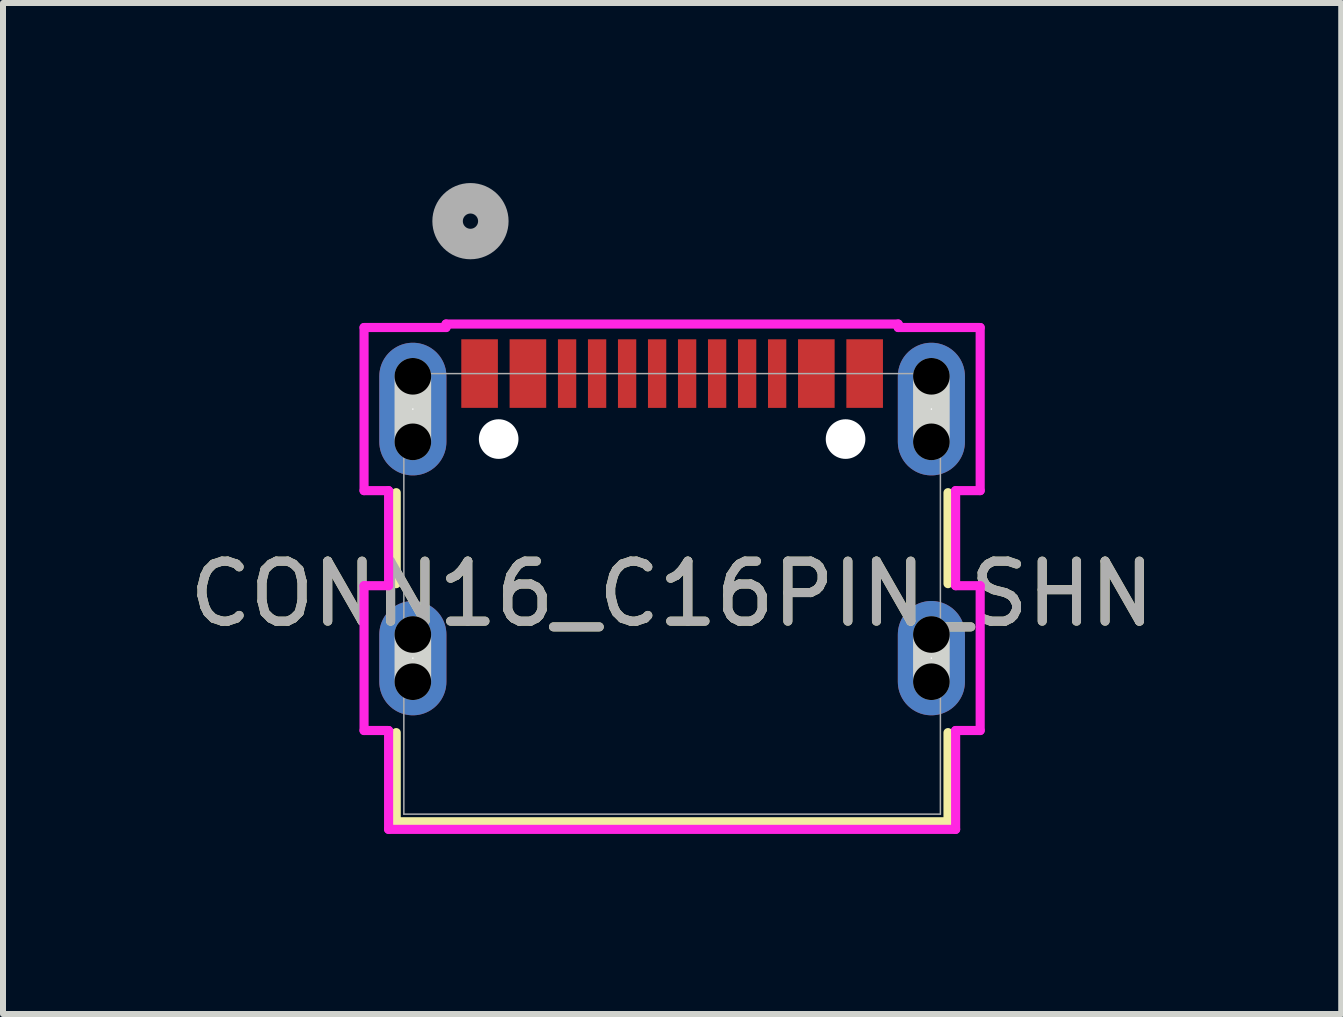
<source format=kicad_pcb>
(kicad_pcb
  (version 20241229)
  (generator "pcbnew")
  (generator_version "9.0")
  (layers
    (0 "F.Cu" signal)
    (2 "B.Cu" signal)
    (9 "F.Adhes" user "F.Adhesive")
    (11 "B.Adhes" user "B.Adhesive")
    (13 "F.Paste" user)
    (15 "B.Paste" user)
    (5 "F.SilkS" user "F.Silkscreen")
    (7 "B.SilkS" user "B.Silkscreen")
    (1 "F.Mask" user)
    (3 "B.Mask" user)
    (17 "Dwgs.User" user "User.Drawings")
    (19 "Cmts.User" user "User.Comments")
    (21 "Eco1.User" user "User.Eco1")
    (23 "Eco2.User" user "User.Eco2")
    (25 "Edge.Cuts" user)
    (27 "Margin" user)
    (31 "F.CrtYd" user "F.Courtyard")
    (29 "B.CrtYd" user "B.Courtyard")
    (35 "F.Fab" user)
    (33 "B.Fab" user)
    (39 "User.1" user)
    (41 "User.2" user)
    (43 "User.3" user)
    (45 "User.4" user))
  (footprint "CONN16_C16PIN_SHN"
    (layer "F.Cu")
    (at 8.149 6.845)
    (property "Reference" "CONN16_C16PIN_SHN" (at 0 0 0) (unlocked yes) (layer "F.SilkS") (effects (font (size 1 1) (thickness 0.15))))
    (attr smd)
    (fp_poly (pts (xy -3.513 -3.099) (xy -3.513 -4.242) (xy -2.903 -4.242) (xy -2.903 -3.099)) (stroke (width 0) (type solid)) (fill yes) (layer "F.Cu"))
    (fp_poly (pts (xy -2.708 -4.242) (xy -2.098 -4.242) (xy -2.098 -3.099) (xy -2.708 -3.099)) (stroke (width 0) (type solid)) (fill yes) (layer "F.Cu"))
    (fp_poly (pts (xy 2.708 -4.242) (xy 2.708 -3.099) (xy 2.098 -3.099) (xy 2.098 -4.242)) (stroke (width 0) (type solid)) (fill yes) (layer "F.Cu"))
    (fp_poly (pts (xy 3.513 -4.242) (xy 3.513 -3.099) (xy 2.903 -3.099) (xy 2.903 -4.242)) (stroke (width 0) (type solid)) (fill yes) (layer "F.Cu"))
    (fp_poly (pts (xy -3.513 -3.099) (xy -3.513 -4.242) (xy -2.903 -4.242) (xy -2.903 -3.099)) (stroke (width 0) (type solid)) (fill yes) (layer "F.Mask"))
    (fp_poly (pts (xy -2.708 -4.242) (xy -2.098 -4.242) (xy -2.098 -3.099) (xy -2.708 -3.099)) (stroke (width 0) (type solid)) (fill yes) (layer "F.Mask"))
    (fp_poly (pts (xy 2.708 -4.242) (xy 2.708 -3.099) (xy 2.098 -3.099) (xy 2.098 -4.242)) (stroke (width 0) (type solid)) (fill yes) (layer "F.Mask"))
    (fp_poly (pts (xy 3.513 -4.242) (xy 3.513 -3.099) (xy 2.903 -3.099) (xy 2.903 -4.242)) (stroke (width 0) (type solid)) (fill yes) (layer "F.Mask"))
    (fp_line (start -4.597 -1.686) (end -4.597 -0.17) (stroke (width 0.152) (type solid)) (layer "F.SilkS"))
    (fp_line (start -4.597 2.312) (end -4.597 3.797) (stroke (width 0.152) (type solid)) (layer "F.SilkS"))
    (fp_line (start -4.597 3.797) (end 4.597 3.797) (stroke (width 0.152) (type solid)) (layer "F.SilkS"))
    (fp_line (start 4.597 -0.17) (end 4.597 -1.686) (stroke (width 0.152) (type solid)) (layer "F.SilkS"))
    (fp_line (start 4.597 3.797) (end 4.597 2.312) (stroke (width 0.152) (type solid)) (layer "F.SilkS"))
    (fp_poly (pts (xy -3.513 -3.099) (xy -3.513 -4.242) (xy -2.903 -4.242) (xy -2.903 -3.099)) (stroke (width 0) (type solid)) (fill yes) (layer "F.Paste"))
    (fp_poly (pts (xy -2.708 -4.242) (xy -2.098 -4.242) (xy -2.098 -3.099) (xy -2.708 -3.099)) (stroke (width 0) (type solid)) (fill yes) (layer "F.Paste"))
    (fp_poly (pts (xy 2.708 -4.242) (xy 2.708 -3.099) (xy 2.098 -3.099) (xy 2.098 -4.242)) (stroke (width 0) (type solid)) (fill yes) (layer "F.Paste"))
    (fp_poly (pts (xy 3.513 -4.242) (xy 3.513 -3.099) (xy 2.903 -3.099) (xy 2.903 -4.242)) (stroke (width 0) (type solid)) (fill yes) (layer "F.Paste"))
    (fp_line (start -4.32 1.464) (end -4.32 0.677) (stroke (width 0.61) (type solid)) (layer "Edge.Cuts"))
    (fp_line (start -4.32 -2.533) (end -4.32 -3.625) (stroke (width 0.61) (type solid)) (layer "Edge.Cuts"))
    (fp_line (start 4.32 -2.533) (end 4.32 -3.625) (stroke (width 0.61) (type solid)) (layer "Edge.Cuts"))
    (fp_line (start 4.32 1.464) (end 4.32 0.677) (stroke (width 0.61) (type solid)) (layer "Edge.Cuts"))
    (fp_line (start -5.133 -0.136) (end -5.133 2.277) (stroke (width 0.152) (type solid)) (layer "F.CrtYd"))
    (fp_line (start -5.133 2.277) (end -4.724 2.277) (stroke (width 0.152) (type solid)) (layer "F.CrtYd"))
    (fp_line (start -5.133 -4.438) (end -5.133 -1.72) (stroke (width 0.152) (type solid)) (layer "F.CrtYd"))
    (fp_line (start -5.133 -1.72) (end -4.724 -1.72) (stroke (width 0.152) (type solid)) (layer "F.CrtYd"))
    (fp_line (start -4.724 -1.72) (end -4.724 -0.136) (stroke (width 0.152) (type solid)) (layer "F.CrtYd"))
    (fp_line (start -4.724 -0.136) (end -5.133 -0.136) (stroke (width 0.152) (type solid)) (layer "F.CrtYd"))
    (fp_line (start -4.724 2.277) (end -4.724 3.924) (stroke (width 0.152) (type solid)) (layer "F.CrtYd"))
    (fp_line (start -4.724 3.924) (end 4.724 3.924) (stroke (width 0.152) (type solid)) (layer "F.CrtYd"))
    (fp_line (start -3.767 -4.496) (end -3.767 -4.438) (stroke (width 0.152) (type solid)) (layer "F.CrtYd"))
    (fp_line (start -3.767 -4.438) (end -5.133 -4.438) (stroke (width 0.152) (type solid)) (layer "F.CrtYd"))
    (fp_line (start 3.767 -4.496) (end -3.767 -4.496) (stroke (width 0.152) (type solid)) (layer "F.CrtYd"))
    (fp_line (start 3.767 -4.438) (end 3.767 -4.496) (stroke (width 0.152) (type solid)) (layer "F.CrtYd"))
    (fp_line (start 4.724 -1.72) (end 5.133 -1.72) (stroke (width 0.152) (type solid)) (layer "F.CrtYd"))
    (fp_line (start 4.724 -0.136) (end 4.724 -1.72) (stroke (width 0.152) (type solid)) (layer "F.CrtYd"))
    (fp_line (start 4.724 2.277) (end 5.133 2.277) (stroke (width 0.152) (type solid)) (layer "F.CrtYd"))
    (fp_line (start 4.724 3.924) (end 4.724 2.277) (stroke (width 0.152) (type solid)) (layer "F.CrtYd"))
    (fp_line (start 5.133 -4.438) (end 3.767 -4.438) (stroke (width 0.152) (type solid)) (layer "F.CrtYd"))
    (fp_line (start 5.133 -1.72) (end 5.133 -4.438) (stroke (width 0.152) (type solid)) (layer "F.CrtYd"))
    (fp_line (start 5.133 -0.136) (end 4.724 -0.136) (stroke (width 0.152) (type solid)) (layer "F.CrtYd"))
    (fp_line (start 5.133 2.277) (end 5.133 -0.136) (stroke (width 0.152) (type solid)) (layer "F.CrtYd"))
    (fp_line (start -4.47 -3.67) (end -4.47 3.67) (stroke (width 0.025) (type solid)) (layer "F.Fab"))
    (fp_line (start -4.47 3.67) (end 4.47 3.67) (stroke (width 0.025) (type solid)) (layer "F.Fab"))
    (fp_line (start 4.47 -3.67) (end -4.47 -3.67) (stroke (width 0.025) (type solid)) (layer "F.Fab"))
    (fp_line (start 4.47 3.67) (end 4.47 -3.67) (stroke (width 0.025) (type solid)) (layer "F.Fab"))
    (fp_circle (center -3.36 -6.21) (end -2.979 -6.21) (stroke (width 0.508) (type solid)) (fill no) (layer "F.Fab"))
    (fp_text user "${REFERENCE}" (at 0 0 0) (unlocked yes) (layer "F.Fab") (effects (font (size 1 1) (thickness 0.15))))
    (pad "" np_thru_hole circle (at -4.32 0.677) (size 0.61 0.61) (drill 0.61) (layers))
    (pad "" np_thru_hole circle (at -4.32 1.464) (size 0.61 0.61) (drill 0.61) (layers))
    (pad "" np_thru_hole circle (at -4.32 -3.625) (size 0.61 0.61) (drill 0.61) (layers))
    (pad "" np_thru_hole circle (at -4.32 -2.533) (size 0.61 0.61) (drill 0.61) (layers))
    (pad "" np_thru_hole circle (at -2.89 -2.579) (size 0.66 0.66) (drill 0.66) (layers "*.Cu" "*.Mask"))
    (pad "" np_thru_hole circle (at 2.89 -2.579) (size 0.66 0.66) (drill 0.66) (layers "*.Cu" "*.Mask"))
    (pad "" np_thru_hole circle (at 4.32 -3.625) (size 0.61 0.61) (drill 0.61) (layers))
    (pad "" np_thru_hole circle (at 4.32 -2.533) (size 0.61 0.61) (drill 0.61) (layers))
    (pad "" np_thru_hole circle (at 4.32 0.677) (size 0.61 0.61) (drill 0.61) (layers))
    (pad "" np_thru_hole circle (at 4.32 1.464) (size 0.61 0.61) (drill 0.61) (layers))
    (pad "A1" smd rect (at -3.36 -3.67) (size 0.127 0.127) (layers "F.Cu" "F.Mask" "F.Paste"))
    (pad "A4" smd rect (at -2.555 -3.67) (size 0.127 0.127) (layers "F.Cu" "F.Mask" "F.Paste"))
    (pad "A5" smd rect (at -1.25 -3.67) (size 0.305 1.143) (layers "F.Cu" "F.Mask" "F.Paste"))
    (pad "A6" smd rect (at -0.25 -3.67) (size 0.305 1.143) (layers "F.Cu" "F.Mask" "F.Paste"))
    (pad "A7" smd rect (at 0.25 -3.67) (size 0.305 1.143) (layers "F.Cu" "F.Mask" "F.Paste"))
    (pad "A8" smd rect (at -1.75 -3.67) (size 0.305 1.143) (layers "F.Cu" "F.Mask" "F.Paste"))
    (pad "A9" smd rect (at 2.555 -3.67) (size 0.127 0.127) (layers "F.Cu" "F.Mask" "F.Paste"))
    (pad "A12" smd rect (at 3.36 -3.67) (size 0.127 0.127) (layers "F.Cu" "F.Mask" "F.Paste"))
    (pad "B1" smd rect (at 3.055 -3.67) (size 0.127 0.127) (layers "F.Cu" "F.Mask" "F.Paste"))
    (pad "B4" smd rect (at 2.251 -3.67) (size 0.127 0.127) (layers "F.Cu" "F.Mask" "F.Paste"))
    (pad "B5" smd rect (at 1.75 -3.67) (size 0.305 1.143) (layers "F.Cu" "F.Mask" "F.Paste"))
    (pad "B6" smd rect (at 0.75 -3.67) (size 0.305 1.143) (layers "F.Cu" "F.Mask" "F.Paste"))
    (pad "B7" smd rect (at -0.75 -3.67) (size 0.305 1.143) (layers "F.Cu" "F.Mask" "F.Paste"))
    (pad "B8" smd rect (at 1.25 -3.67) (size 0.305 1.143) (layers "F.Cu" "F.Mask" "F.Paste"))
    (pad "B9" smd rect (at -2.251 -3.67) (size 0.127 0.127) (layers "F.Cu" "F.Mask" "F.Paste"))
    (pad "B12" smd rect (at -3.055 -3.67) (size 0.127 0.127) (layers "F.Cu" "F.Mask" "F.Paste"))
    (pad "S1" thru_hole oval (at -4.32 -3.079 90) (size 2.21 1.118) (drill 0.025) (layers "*.Cu" "*.Mask"))
    (pad "S2" thru_hole oval (at 4.32 -3.079 90) (size 2.21 1.118) (drill 0.025) (layers "*.Cu" "*.Mask"))
    (pad "S3" thru_hole oval (at -4.32 1.071 90) (size 1.905 1.118) (drill 0.025) (layers "*.Cu" "*.Mask"))
    (pad "S4" thru_hole oval (at 4.32 1.071 90) (size 1.905 1.118) (drill 0.025) (layers "*.Cu" "*.Mask")))
  (gr_rect
    (start -3 -3)
    (end 19.298 13.846)
    (stroke (width 0.1) (type default))
    (fill no)
    (layer "Edge.Cuts")))
</source>
